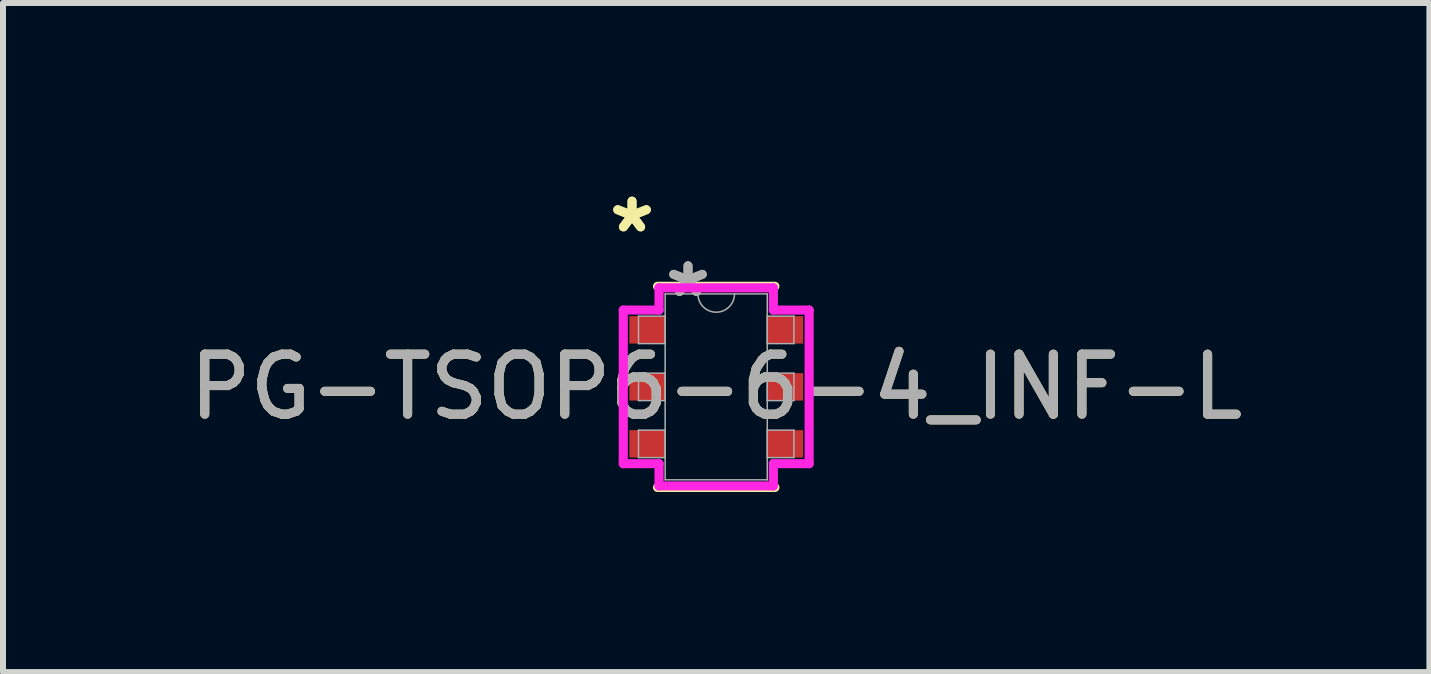
<source format=kicad_pcb>
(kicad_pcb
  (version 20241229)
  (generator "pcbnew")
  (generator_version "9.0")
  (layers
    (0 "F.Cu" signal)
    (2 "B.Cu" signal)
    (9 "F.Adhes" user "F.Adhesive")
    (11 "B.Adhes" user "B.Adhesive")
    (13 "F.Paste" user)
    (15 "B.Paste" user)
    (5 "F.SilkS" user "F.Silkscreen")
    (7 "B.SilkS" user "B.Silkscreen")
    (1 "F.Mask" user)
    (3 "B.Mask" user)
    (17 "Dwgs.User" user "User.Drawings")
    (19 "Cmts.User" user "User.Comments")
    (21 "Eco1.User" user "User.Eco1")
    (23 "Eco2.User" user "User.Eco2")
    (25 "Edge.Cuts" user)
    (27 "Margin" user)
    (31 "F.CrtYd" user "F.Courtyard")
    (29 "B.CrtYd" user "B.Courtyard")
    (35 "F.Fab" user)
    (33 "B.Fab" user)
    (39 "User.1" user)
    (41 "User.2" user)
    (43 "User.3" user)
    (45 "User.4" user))
  (footprint "PG-TSOP6-6-4_INF-L"
    (layer "F.Cu")
    (at 8.887 3.398)
    (property "Reference" "PG-TSOP6-6-4_INF-L" (at 0 0 0) (unlocked yes) (layer "F.SilkS") (effects (font (size 1 1) (thickness 0.15))))
    (attr smd)
    (fp_line (start -0.978 1.676) (end 0.978 1.676) (stroke (width 0.152) (type solid)) (layer "F.SilkS"))
    (fp_line (start 0.978 -1.676) (end -0.978 -1.676) (stroke (width 0.152) (type solid)) (layer "F.SilkS"))
    (fp_line (start -1.549 -1.28) (end -0.953 -1.28) (stroke (width 0.152) (type solid)) (layer "F.CrtYd"))
    (fp_line (start -1.549 1.28) (end -1.549 -1.28) (stroke (width 0.152) (type solid)) (layer "F.CrtYd"))
    (fp_line (start -1.549 1.28) (end -0.953 1.28) (stroke (width 0.152) (type solid)) (layer "F.CrtYd"))
    (fp_line (start -0.953 -1.651) (end 0.953 -1.651) (stroke (width 0.152) (type solid)) (layer "F.CrtYd"))
    (fp_line (start -0.953 -1.28) (end -0.953 -1.651) (stroke (width 0.152) (type solid)) (layer "F.CrtYd"))
    (fp_line (start -0.953 1.651) (end -0.953 1.28) (stroke (width 0.152) (type solid)) (layer "F.CrtYd"))
    (fp_line (start 0.953 -1.651) (end 0.953 -1.28) (stroke (width 0.152) (type solid)) (layer "F.CrtYd"))
    (fp_line (start 0.953 1.28) (end 0.953 1.651) (stroke (width 0.152) (type solid)) (layer "F.CrtYd"))
    (fp_line (start 0.953 1.651) (end -0.953 1.651) (stroke (width 0.152) (type solid)) (layer "F.CrtYd"))
    (fp_line (start 1.549 -1.28) (end 0.953 -1.28) (stroke (width 0.152) (type solid)) (layer "F.CrtYd"))
    (fp_line (start 1.549 -1.28) (end 1.549 1.28) (stroke (width 0.152) (type solid)) (layer "F.CrtYd"))
    (fp_line (start 1.549 1.28) (end 0.953 1.28) (stroke (width 0.152) (type solid)) (layer "F.CrtYd"))
    (fp_line (start -1.295 -1.179) (end -1.295 -0.721) (stroke (width 0.025) (type solid)) (layer "F.Fab"))
    (fp_line (start -1.295 -0.721) (end -0.851 -0.721) (stroke (width 0.025) (type solid)) (layer "F.Fab"))
    (fp_line (start -1.295 -0.229) (end -1.295 0.229) (stroke (width 0.025) (type solid)) (layer "F.Fab"))
    (fp_line (start -1.295 0.229) (end -0.851 0.229) (stroke (width 0.025) (type solid)) (layer "F.Fab"))
    (fp_line (start -1.295 0.721) (end -1.295 1.179) (stroke (width 0.025) (type solid)) (layer "F.Fab"))
    (fp_line (start -1.295 1.179) (end -0.851 1.179) (stroke (width 0.025) (type solid)) (layer "F.Fab"))
    (fp_line (start -0.851 -1.549) (end -0.851 1.549) (stroke (width 0.025) (type solid)) (layer "F.Fab"))
    (fp_line (start -0.851 -1.179) (end -1.295 -1.179) (stroke (width 0.025) (type solid)) (layer "F.Fab"))
    (fp_line (start -0.851 -0.721) (end -0.851 -1.179) (stroke (width 0.025) (type solid)) (layer "F.Fab"))
    (fp_line (start -0.851 -0.229) (end -1.295 -0.229) (stroke (width 0.025) (type solid)) (layer "F.Fab"))
    (fp_line (start -0.851 0.229) (end -0.851 -0.229) (stroke (width 0.025) (type solid)) (layer "F.Fab"))
    (fp_line (start -0.851 0.721) (end -1.295 0.721) (stroke (width 0.025) (type solid)) (layer "F.Fab"))
    (fp_line (start -0.851 1.179) (end -0.851 0.721) (stroke (width 0.025) (type solid)) (layer "F.Fab"))
    (fp_line (start -0.851 1.549) (end 0.851 1.549) (stroke (width 0.025) (type solid)) (layer "F.Fab"))
    (fp_line (start 0.851 -1.549) (end -0.851 -1.549) (stroke (width 0.025) (type solid)) (layer "F.Fab"))
    (fp_line (start 0.851 -1.179) (end 0.851 -0.721) (stroke (width 0.025) (type solid)) (layer "F.Fab"))
    (fp_line (start 0.851 -0.721) (end 1.295 -0.721) (stroke (width 0.025) (type solid)) (layer "F.Fab"))
    (fp_line (start 0.851 -0.229) (end 0.851 0.229) (stroke (width 0.025) (type solid)) (layer "F.Fab"))
    (fp_line (start 0.851 0.229) (end 1.295 0.229) (stroke (width 0.025) (type solid)) (layer "F.Fab"))
    (fp_line (start 0.851 0.721) (end 0.851 1.179) (stroke (width 0.025) (type solid)) (layer "F.Fab"))
    (fp_line (start 0.851 1.179) (end 1.295 1.179) (stroke (width 0.025) (type solid)) (layer "F.Fab"))
    (fp_line (start 0.851 1.549) (end 0.851 -1.549) (stroke (width 0.025) (type solid)) (layer "F.Fab"))
    (fp_line (start 1.295 -1.179) (end 0.851 -1.179) (stroke (width 0.025) (type solid)) (layer "F.Fab"))
    (fp_line (start 1.295 -0.721) (end 1.295 -1.179) (stroke (width 0.025) (type solid)) (layer "F.Fab"))
    (fp_line (start 1.295 -0.229) (end 0.851 -0.229) (stroke (width 0.025) (type solid)) (layer "F.Fab"))
    (fp_line (start 1.295 0.229) (end 1.295 -0.229) (stroke (width 0.025) (type solid)) (layer "F.Fab"))
    (fp_line (start 1.295 0.721) (end 0.851 0.721) (stroke (width 0.025) (type solid)) (layer "F.Fab"))
    (fp_line (start 1.295 1.179) (end 1.295 0.721) (stroke (width 0.025) (type solid)) (layer "F.Fab"))
    (fp_arc (start 0.3048 -1.5494) (mid 0 -1.2446) (end -0.3048 -1.5494) (stroke (width 0.0254) (type solid)) (layer "F.Fab"))
    (fp_text user "*" (at -1.403 -2.55 0) (layer "F.SilkS") (effects (font (size 1 1) (thickness 0.15))))
    (fp_text user "*" (at -1.403 -2.55 0) (unlocked yes) (layer "F.SilkS") (effects (font (size 1 1) (thickness 0.15))))
    (fp_text user "*" (at -0.47 -1.473 0) (unlocked yes) (layer "F.Fab") (effects (font (size 1 1) (thickness 0.15))))
    (fp_text user "${REFERENCE}" (at 0 0 0) (unlocked yes) (layer "F.Fab") (effects (font (size 1 1) (thickness 0.15))))
    (fp_text user "*" (at -0.47 -1.473 0) (layer "F.Fab") (effects (font (size 1 1) (thickness 0.15))))
    (pad "1" smd rect (at -1.149 -0.95) (size 0.597 0.457) (layers "F.Cu" "F.Mask" "F.Paste"))
    (pad "2" smd rect (at -1.149 0) (size 0.597 0.457) (layers "F.Cu" "F.Mask" "F.Paste"))
    (pad "3" smd rect (at -1.149 0.95) (size 0.597 0.457) (layers "F.Cu" "F.Mask" "F.Paste"))
    (pad "4" smd rect (at 1.149 0.95) (size 0.597 0.457) (layers "F.Cu" "F.Mask" "F.Paste"))
    (pad "5" smd rect (at 1.149 0) (size 0.597 0.457) (layers "F.Cu" "F.Mask" "F.Paste"))
    (pad "6" smd rect (at 1.149 -0.95) (size 0.597 0.457) (layers "F.Cu" "F.Mask" "F.Paste")))
  (gr_rect
    (start -3 -3)
    (end 20.774 8.151)
    (stroke (width 0.1) (type default))
    (fill no)
    (layer "Edge.Cuts")))
</source>
